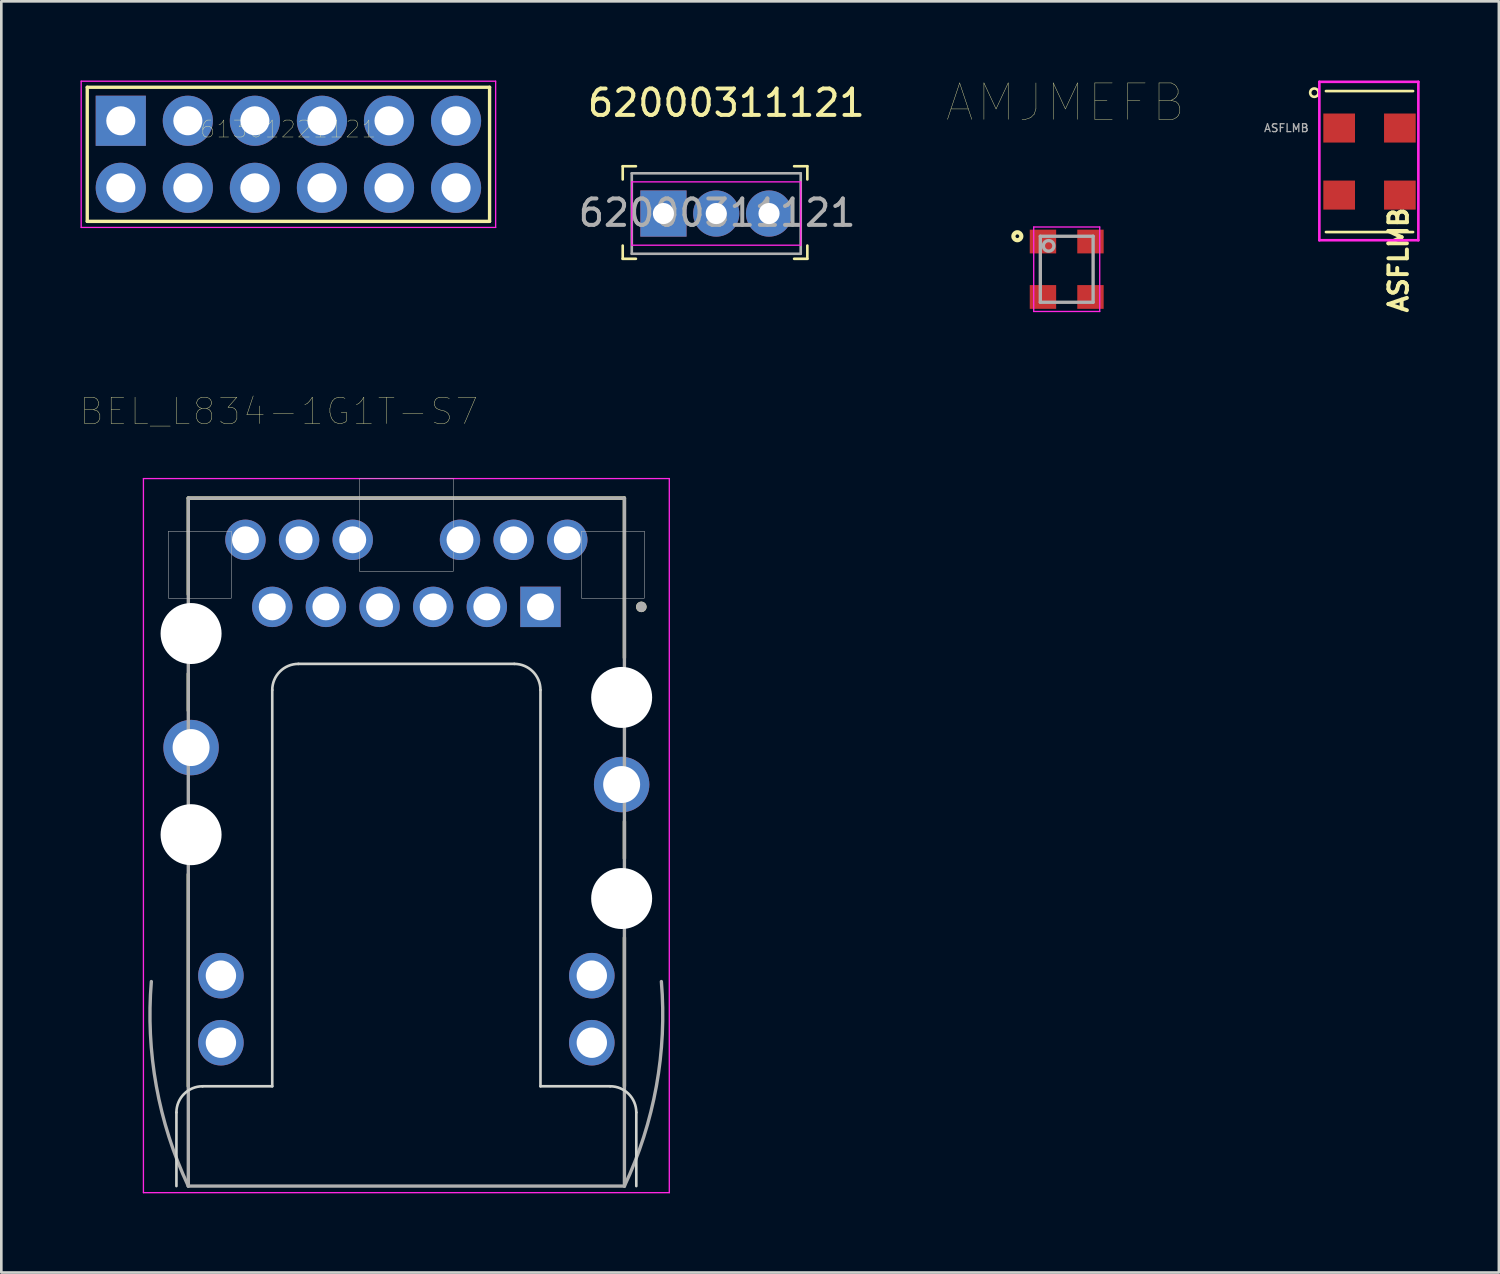
<source format=kicad_pcb>
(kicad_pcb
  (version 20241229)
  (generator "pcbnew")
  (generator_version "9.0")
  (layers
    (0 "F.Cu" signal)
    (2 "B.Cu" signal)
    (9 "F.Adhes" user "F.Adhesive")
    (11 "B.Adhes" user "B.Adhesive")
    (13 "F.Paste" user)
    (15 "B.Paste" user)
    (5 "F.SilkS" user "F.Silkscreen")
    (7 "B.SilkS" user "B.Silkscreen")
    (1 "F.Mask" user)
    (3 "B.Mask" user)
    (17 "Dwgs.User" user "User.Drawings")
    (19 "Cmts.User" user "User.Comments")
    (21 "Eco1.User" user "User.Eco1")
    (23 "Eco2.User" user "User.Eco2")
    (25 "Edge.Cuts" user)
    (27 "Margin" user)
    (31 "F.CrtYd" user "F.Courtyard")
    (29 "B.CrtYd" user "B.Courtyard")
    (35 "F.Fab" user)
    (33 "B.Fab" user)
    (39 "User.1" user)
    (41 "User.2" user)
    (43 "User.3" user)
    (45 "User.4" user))
  (footprint "BEL_L834-1G1T-S7"
    (layer "F.Cu")
    (at 12.343 26.668)
    (property "Reference" "BEL_L834-1G1T-S7" (at -4.825 -14.135 0) (layer "F.SilkS") (effects (font (size 1 1) (thickness 0.015))))
    (attr through_hole)
    (fp_line (start -8.26 -10.85) (end -8.26 -7.2) (stroke (width 0.127) (type solid)) (layer "F.SilkS"))
    (fp_line (start -8.26 -4.2) (end -8.26 -2.8) (stroke (width 0.127) (type solid)) (layer "F.SilkS"))
    (fp_line (start -8.26 3.4) (end -8.26 11.43) (stroke (width 0.127) (type solid)) (layer "F.SilkS"))
    (fp_line (start 8.26 -10.85) (end -8.26 -10.85) (stroke (width 0.127) (type solid)) (layer "F.SilkS"))
    (fp_line (start 8.26 -10.85) (end 8.26 -4.8) (stroke (width 0.127) (type solid)) (layer "F.SilkS"))
    (fp_line (start 8.26 1.4) (end 8.26 2.8) (stroke (width 0.127) (type solid)) (layer "F.SilkS"))
    (fp_line (start 8.26 5.8) (end 8.26 11.43) (stroke (width 0.127) (type solid)) (layer "F.SilkS"))
    (fp_circle (center 8.9 -6.73) (end 9 -6.73) (stroke (width 0.2) (type solid)) (fill no) (layer "F.SilkS"))
    (fp_poly (pts (xy -9.015 -9.6) (xy -6.63 -9.6) (xy -6.63 -7.06) (xy -9.015 -7.06)) (stroke (width 0.01) (type solid)) (fill no) (layer "Dwgs.User"))
    (fp_poly (pts (xy -9.015 -9.6) (xy -6.63 -9.6) (xy -6.63 -7.06) (xy -9.015 -7.06)) (stroke (width 0.01) (type solid)) (fill no) (layer "Dwgs.User"))
    (fp_poly (pts (xy -1.78 -11.59) (xy 1.78 -11.59) (xy 1.78 -8.08) (xy -1.78 -8.08)) (stroke (width 0.01) (type solid)) (fill no) (layer "Dwgs.User"))
    (fp_poly (pts (xy -1.78 -11.59) (xy 1.78 -11.59) (xy 1.78 -8.08) (xy -1.78 -8.08)) (stroke (width 0.01) (type solid)) (fill no) (layer "Dwgs.User"))
    (fp_poly (pts (xy 6.63 -9.6) (xy 9.015 -9.6) (xy 9.015 -7.06) (xy 6.63 -7.06)) (stroke (width 0.01) (type solid)) (fill no) (layer "Dwgs.User"))
    (fp_poly (pts (xy 6.63 -9.6) (xy 9.015 -9.6) (xy 9.015 -7.06) (xy 6.63 -7.06)) (stroke (width 0.01) (type solid)) (fill no) (layer "Dwgs.User"))
    (fp_line (start -8.71 15.21) (end -8.71 12.42) (stroke (width 0.1) (type solid)) (layer "Edge.Cuts"))
    (fp_line (start -7.72 11.43) (end -5.08 11.43) (stroke (width 0.1) (type solid)) (layer "Edge.Cuts"))
    (fp_line (start -5.08 11.43) (end -5.08 -3.58) (stroke (width 0.1) (type solid)) (layer "Edge.Cuts"))
    (fp_line (start -4.09 -4.57) (end 4.09 -4.57) (stroke (width 0.1) (type solid)) (layer "Edge.Cuts"))
    (fp_line (start 5.08 -3.58) (end 5.08 11.43) (stroke (width 0.1) (type solid)) (layer "Edge.Cuts"))
    (fp_line (start 5.08 11.43) (end 7.72 11.43) (stroke (width 0.1) (type solid)) (layer "Edge.Cuts"))
    (fp_line (start 8.71 12.42) (end 8.71 15.21) (stroke (width 0.1) (type solid)) (layer "Edge.Cuts"))
    (fp_arc (start -8.71 12.42) (mid -8.420036 11.719964) (end -7.72 11.43) (stroke (width 0.1) (type solid)) (layer "Edge.Cuts"))
    (fp_arc (start -5.08 -3.58) (mid -4.790036 -4.280036) (end -4.09 -4.57) (stroke (width 0.1) (type solid)) (layer "Edge.Cuts"))
    (fp_arc (start 4.09 -4.57) (mid 4.790036 -4.280036) (end 5.08 -3.58) (stroke (width 0.1) (type solid)) (layer "Edge.Cuts"))
    (fp_arc (start 7.72 11.43) (mid 8.420036 11.719964) (end 8.71 12.42) (stroke (width 0.1) (type solid)) (layer "Edge.Cuts"))
    (fp_line (start -9.96 -11.59) (end 9.96 -11.59) (stroke (width 0.05) (type solid)) (layer "F.CrtYd"))
    (fp_line (start -9.96 15.46) (end -9.96 -11.59) (stroke (width 0.05) (type solid)) (layer "F.CrtYd"))
    (fp_line (start 9.96 -11.59) (end 9.96 15.46) (stroke (width 0.05) (type solid)) (layer "F.CrtYd"))
    (fp_line (start 9.96 15.46) (end -9.96 15.46) (stroke (width 0.05) (type solid)) (layer "F.CrtYd"))
    (fp_line (start -8.26 -10.85) (end -8.26 15.21) (stroke (width 0.127) (type solid)) (layer "F.Fab"))
    (fp_line (start -8.26 15.21) (end 8.26 15.21) (stroke (width 0.127) (type solid)) (layer "F.Fab"))
    (fp_line (start 8.26 -10.85) (end -8.26 -10.85) (stroke (width 0.127) (type solid)) (layer "F.Fab"))
    (fp_line (start 8.26 15.21) (end 8.26 -10.85) (stroke (width 0.127) (type solid)) (layer "F.Fab"))
    (fp_arc (start -8.26 15.21) (mid -9.469956 11.428657) (end -9.66 7.463) (stroke (width 0.127) (type solid)) (layer "F.Fab"))
    (fp_arc (start 9.66 7.463) (mid 9.469956 11.428657) (end 8.26 15.21) (stroke (width 0.127) (type solid)) (layer "F.Fab"))
    (fp_circle (center 8.9 -6.73) (end 9 -6.73) (stroke (width 0.2) (type solid)) (fill no) (layer "F.Fab"))
    (pad "" np_thru_hole circle (at -8.155 -5.72) (size 2.31 2.31) (drill 2.31) (layers "*.Cu" "*.Mask"))
    (pad "" np_thru_hole circle (at -8.155 1.9) (size 2.31 2.31) (drill 2.31) (layers "*.Cu" "*.Mask"))
    (pad "" np_thru_hole circle (at 8.155 -3.3) (size 2.31 2.31) (drill 2.31) (layers "*.Cu" "*.Mask"))
    (pad "" np_thru_hole circle (at 8.155 4.318) (size 2.31 2.31) (drill 2.31) (layers "*.Cu" "*.Mask"))
    (pad "1" thru_hole rect (at 5.08 -6.73) (size 1.53 1.53) (drill 1.02) (layers "*.Cu" "*.Mask"))
    (pad "2" thru_hole circle (at 3.048 -6.73) (size 1.53 1.53) (drill 1.02) (layers "*.Cu" "*.Mask"))
    (pad "3" thru_hole circle (at 1.016 -6.73) (size 1.53 1.53) (drill 1.02) (layers "*.Cu" "*.Mask"))
    (pad "4" thru_hole circle (at -1.016 -6.73) (size 1.53 1.53) (drill 1.02) (layers "*.Cu" "*.Mask"))
    (pad "5" thru_hole circle (at -3.048 -6.73) (size 1.53 1.53) (drill 1.02) (layers "*.Cu" "*.Mask"))
    (pad "6" thru_hole circle (at -5.08 -6.73) (size 1.53 1.53) (drill 1.02) (layers "*.Cu" "*.Mask"))
    (pad "7" thru_hole circle (at 6.096 -9.27) (size 1.53 1.53) (drill 1.02) (layers "*.Cu" "*.Mask"))
    (pad "8" thru_hole circle (at 4.064 -9.27) (size 1.53 1.53) (drill 1.02) (layers "*.Cu" "*.Mask"))
    (pad "9" thru_hole circle (at 2.032 -9.27) (size 1.53 1.53) (drill 1.02) (layers "*.Cu" "*.Mask"))
    (pad "10" thru_hole circle (at -2.032 -9.27) (size 1.53 1.53) (drill 1.02) (layers "*.Cu" "*.Mask"))
    (pad "11" thru_hole circle (at -4.064 -9.27) (size 1.53 1.53) (drill 1.02) (layers "*.Cu" "*.Mask"))
    (pad "12" thru_hole circle (at -6.096 -9.27) (size 1.53 1.53) (drill 1.02) (layers "*.Cu" "*.Mask"))
    (pad "13" thru_hole circle (at 7.025 7.24) (size 1.725 1.725) (drill 1.15) (layers "*.Cu" "*.Mask"))
    (pad "14" thru_hole circle (at 7.025 9.78) (size 1.725 1.725) (drill 1.15) (layers "*.Cu" "*.Mask"))
    (pad "15" thru_hole circle (at -7.025 7.24) (size 1.725 1.725) (drill 1.15) (layers "*.Cu" "*.Mask"))
    (pad "16" thru_hole circle (at -7.025 9.78) (size 1.725 1.725) (drill 1.15) (layers "*.Cu" "*.Mask"))
    (pad "S1" thru_hole circle (at -8.155 -1.4) (size 2.1 2.1) (drill 1.4) (layers "*.Cu" "*.Mask"))
    (pad "S2" thru_hole circle (at 8.155 0) (size 2.1 2.1) (drill 1.4) (layers "*.Cu" "*.Mask")))
  (footprint "62000311121"
    (layer "F.Cu")
    (at 24.081 5.039)
    (property "Reference" "62000311121" (at 0.381 -4.191 0) (layer "F.SilkS") (effects (font (size 1 1) (thickness 0.15))))
    (attr through_hole)
    (fp_line (start -3.543 -1.792) (end -3.543 -1.292) (stroke (width 0.1) (type solid)) (layer "F.SilkS"))
    (fp_line (start -3.543 -1.792) (end -3.043 -1.792) (stroke (width 0.1) (type solid)) (layer "F.SilkS"))
    (fp_line (start -3.543 1.714) (end -3.543 1.214) (stroke (width 0.1) (type solid)) (layer "F.SilkS"))
    (fp_line (start -3.543 1.714) (end -3.043 1.714) (stroke (width 0.1) (type solid)) (layer "F.SilkS"))
    (fp_line (start 3.451 -1.792) (end 2.951 -1.792) (stroke (width 0.1) (type solid)) (layer "F.SilkS"))
    (fp_line (start 3.451 -1.792) (end 3.451 -1.292) (stroke (width 0.1) (type solid)) (layer "F.SilkS"))
    (fp_line (start 3.451 1.714) (end 2.951 1.714) (stroke (width 0.1) (type solid)) (layer "F.SilkS"))
    (fp_line (start 3.451 1.714) (end 3.451 1.214) (stroke (width 0.1) (type solid)) (layer "F.SilkS"))
    (fp_line (start -3.2 -1.2) (end -3.2 1.2) (stroke (width 0.05) (type solid)) (layer "F.CrtYd"))
    (fp_line (start 3.2 -1.2) (end -3.2 -1.2) (stroke (width 0.05) (type solid)) (layer "F.CrtYd"))
    (fp_line (start 3.2 -1.2) (end 3.2 1.2) (stroke (width 0.05) (type solid)) (layer "F.CrtYd"))
    (fp_line (start 3.2 1.2) (end -3.2 1.2) (stroke (width 0.05) (type solid)) (layer "F.CrtYd"))
    (fp_line (start -3.2 -1.524) (end -3.2 1.524) (stroke (width 0.1) (type solid)) (layer "F.Fab"))
    (fp_line (start -3.2 -1.524) (end 3.2 -1.524) (stroke (width 0.1) (type solid)) (layer "F.Fab"))
    (fp_line (start -3.2 1.524) (end 3.2 1.524) (stroke (width 0.1) (type solid)) (layer "F.Fab"))
    (fp_line (start 3.2 -1.524) (end 3.2 1.524) (stroke (width 0.1) (type solid)) (layer "F.Fab"))
    (fp_text user "${REFERENCE}" (at 0.033 -0.026 0) (layer "F.Fab") (effects (font (size 1 1) (thickness 0.15))))
    (pad "1" thru_hole rect (at -2 0) (size 1.75 1.75) (drill 0.8) (layers "*.Cu" "*.Mask"))
    (pad "2" thru_hole circle (at 0 0) (size 1.75 1.75) (drill 0.8) (layers "*.Cu" "*.Mask"))
    (pad "3" thru_hole circle (at 2 0) (size 1.75 1.75) (drill 0.8) (layers "*.Cu" "*.Mask")))
  (footprint "AMJMEFB"
    (layer "F.Cu")
    (at 37.307 6.899)
    (property "Reference" "AMJMEFB" (at 0.000065 -6.066 0) (layer "F.SilkS") (effects (font (size 1.379 1.379) (thickness 0.015))))
    (attr through_hole)
    (fp_circle (center -1.82 -1) (end -1.75 -1) (stroke (width 0.16) (type solid)) (fill no) (layer "F.SilkS"))
    (fp_line (start -1.2 -1.35) (end 1.3 -1.35) (stroke (width 0.05) (type solid)) (layer "F.CrtYd"))
    (fp_line (start -1.2 1.85) (end -1.2 -1.35) (stroke (width 0.05) (type solid)) (layer "F.CrtYd"))
    (fp_line (start 1.3 -1.35) (end 1.3 1.85) (stroke (width 0.05) (type solid)) (layer "F.CrtYd"))
    (fp_line (start 1.3 1.85) (end -1.2 1.85) (stroke (width 0.05) (type solid)) (layer "F.CrtYd"))
    (fp_line (start -0.95 -1) (end 1.05 -1) (stroke (width 0.127) (type solid)) (layer "F.Fab"))
    (fp_line (start -0.95 1.5) (end -0.95 -1) (stroke (width 0.127) (type solid)) (layer "F.Fab"))
    (fp_line (start 1.05 -1) (end 1.05 1.5) (stroke (width 0.127) (type solid)) (layer "F.Fab"))
    (fp_line (start 1.05 1.5) (end -0.95 1.5) (stroke (width 0.127) (type solid)) (layer "F.Fab"))
    (fp_circle (center -0.635 -0.635) (end -0.435 -0.635) (stroke (width 0.127) (type solid)) (fill no) (layer "F.Fab"))
    (pad "1" smd rect (at -0.85 -0.8) (size 1 0.9) (layers "F.Cu" "F.Mask" "F.Paste"))
    (pad "2" smd rect (at -0.85 1.3) (size 1 0.9) (layers "F.Cu" "F.Mask" "F.Paste"))
    (pad "3" smd rect (at 0.95 1.3) (size 1 0.9) (layers "F.Cu" "F.Mask" "F.Paste"))
    (pad "4" smd rect (at 0.95 -0.8) (size 1 0.9) (layers "F.Cu" "F.Mask" "F.Paste")))
  (footprint "61301221121"
    (layer "F.Cu")
    (at 7.875 4.065)
    (property "Reference" "61301221121" (at -0.005 -2.222 0) (layer "F.SilkS") (effects (font (size 0.641 0.641) (thickness 0.015))))
    (attr through_hole)
    (fp_line (start -7.62 -3.81) (end -7.62 1.27) (stroke (width 0.127) (type solid)) (layer "F.SilkS"))
    (fp_line (start -7.62 1.27) (end 7.62 1.27) (stroke (width 0.127) (type solid)) (layer "F.SilkS"))
    (fp_line (start 7.62 -3.81) (end -7.62 -3.81) (stroke (width 0.127) (type solid)) (layer "F.SilkS"))
    (fp_line (start 7.62 1.27) (end 7.62 -3.81) (stroke (width 0.127) (type solid)) (layer "F.SilkS"))
    (fp_line (start -7.85 -4.04) (end 7.85 -4.04) (stroke (width 0.05) (type solid)) (layer "F.CrtYd"))
    (fp_line (start -7.85 1.5) (end -7.85 -4.04) (stroke (width 0.05) (type solid)) (layer "F.CrtYd"))
    (fp_line (start 7.85 -4.04) (end 7.85 1.5) (stroke (width 0.05) (type solid)) (layer "F.CrtYd"))
    (fp_line (start 7.85 1.5) (end -7.85 1.5) (stroke (width 0.05) (type solid)) (layer "F.CrtYd"))
    (pad "1" thru_hole rect (at -6.35 -2.54) (size 1.9 1.9) (drill 1.1) (layers "*.Cu" "*.Mask"))
    (pad "2" thru_hole circle (at -6.35 0) (size 1.9 1.9) (drill 1.1) (layers "*.Cu" "*.Mask"))
    (pad "3" thru_hole circle (at -3.81 -2.54) (size 1.9 1.9) (drill 1.1) (layers "*.Cu" "*.Mask"))
    (pad "4" thru_hole circle (at -3.81 0) (size 1.9 1.9) (drill 1.1) (layers "*.Cu" "*.Mask"))
    (pad "5" thru_hole circle (at -1.27 -2.54) (size 1.9 1.9) (drill 1.1) (layers "*.Cu" "*.Mask"))
    (pad "6" thru_hole circle (at -1.27 0) (size 1.9 1.9) (drill 1.1) (layers "*.Cu" "*.Mask"))
    (pad "7" thru_hole circle (at 1.27 -2.54) (size 1.9 1.9) (drill 1.1) (layers "*.Cu" "*.Mask"))
    (pad "8" thru_hole circle (at 1.27 0) (size 1.9 1.9) (drill 1.1) (layers "*.Cu" "*.Mask"))
    (pad "9" thru_hole circle (at 3.81 -2.54) (size 1.9 1.9) (drill 1.1) (layers "*.Cu" "*.Mask"))
    (pad "10" thru_hole circle (at 3.81 0) (size 1.9 1.9) (drill 1.1) (layers "*.Cu" "*.Mask"))
    (pad "11" thru_hole circle (at 6.35 -2.54) (size 1.9 1.9) (drill 1.1) (layers "*.Cu" "*.Mask"))
    (pad "12" thru_hole circle (at 6.35 0) (size 1.9 1.9) (drill 1.1) (layers "*.Cu" "*.Mask")))
  (footprint "ASFLMB"
    (layer "F.Cu")
    (at 47.677 1.8)
    (property "Reference" "ASFLMB" (at 2.25 5 90) (layer "F.SilkS") (effects (font (size 0.7 0.7) (thickness 0.15))))
    (attr smd)
    (fp_line (start -0.5 -1.4) (end 2.8 -1.4) (stroke (width 0.1) (type solid)) (layer "F.SilkS"))
    (fp_line (start -0.5 3.94) (end 2.8 3.94) (stroke (width 0.1) (type solid)) (layer "F.SilkS"))
    (fp_circle (center -0.94 -1.34) (end -1.03 -1.21) (stroke (width 0.1) (type solid)) (fill no) (layer "F.SilkS"))
    (fp_line (start -0.75 -1.75) (end 3 -1.75) (stroke (width 0.1) (type solid)) (layer "F.CrtYd"))
    (fp_line (start -0.75 4.25) (end -0.75 -1.75) (stroke (width 0.1) (type solid)) (layer "F.CrtYd"))
    (fp_line (start 3 -1.75) (end 3 4.25) (stroke (width 0.1) (type solid)) (layer "F.CrtYd"))
    (fp_line (start 3 4.25) (end -0.75 4.25) (stroke (width 0.1) (type solid)) (layer "F.CrtYd"))
    (fp_text user "${REFERENCE}" (at -2 0 0) (layer "F.Fab") (effects (font (size 0.3 0.3) (thickness 0.05))))
    (pad "1" smd rect (at 0 0) (size 1.2 1.1) (layers "F.Cu" "F.Mask" "F.Paste"))
    (pad "2" smd rect (at 0 2.54) (size 1.2 1.1) (layers "F.Cu" "F.Mask" "F.Paste"))
    (pad "3" smd rect (at 2.3 2.54) (size 1.2 1.1) (layers "F.Cu" "F.Mask" "F.Paste"))
    (pad "4" smd rect (at 2.3 0) (size 1.2 1.1) (layers "F.Cu" "F.Mask" "F.Paste")))
  (gr_rect
    (start -3 -3)
    (end 53.727 45.153)
    (stroke (width 0.1) (type default))
    (fill no)
    (layer "Edge.Cuts")))
</source>
